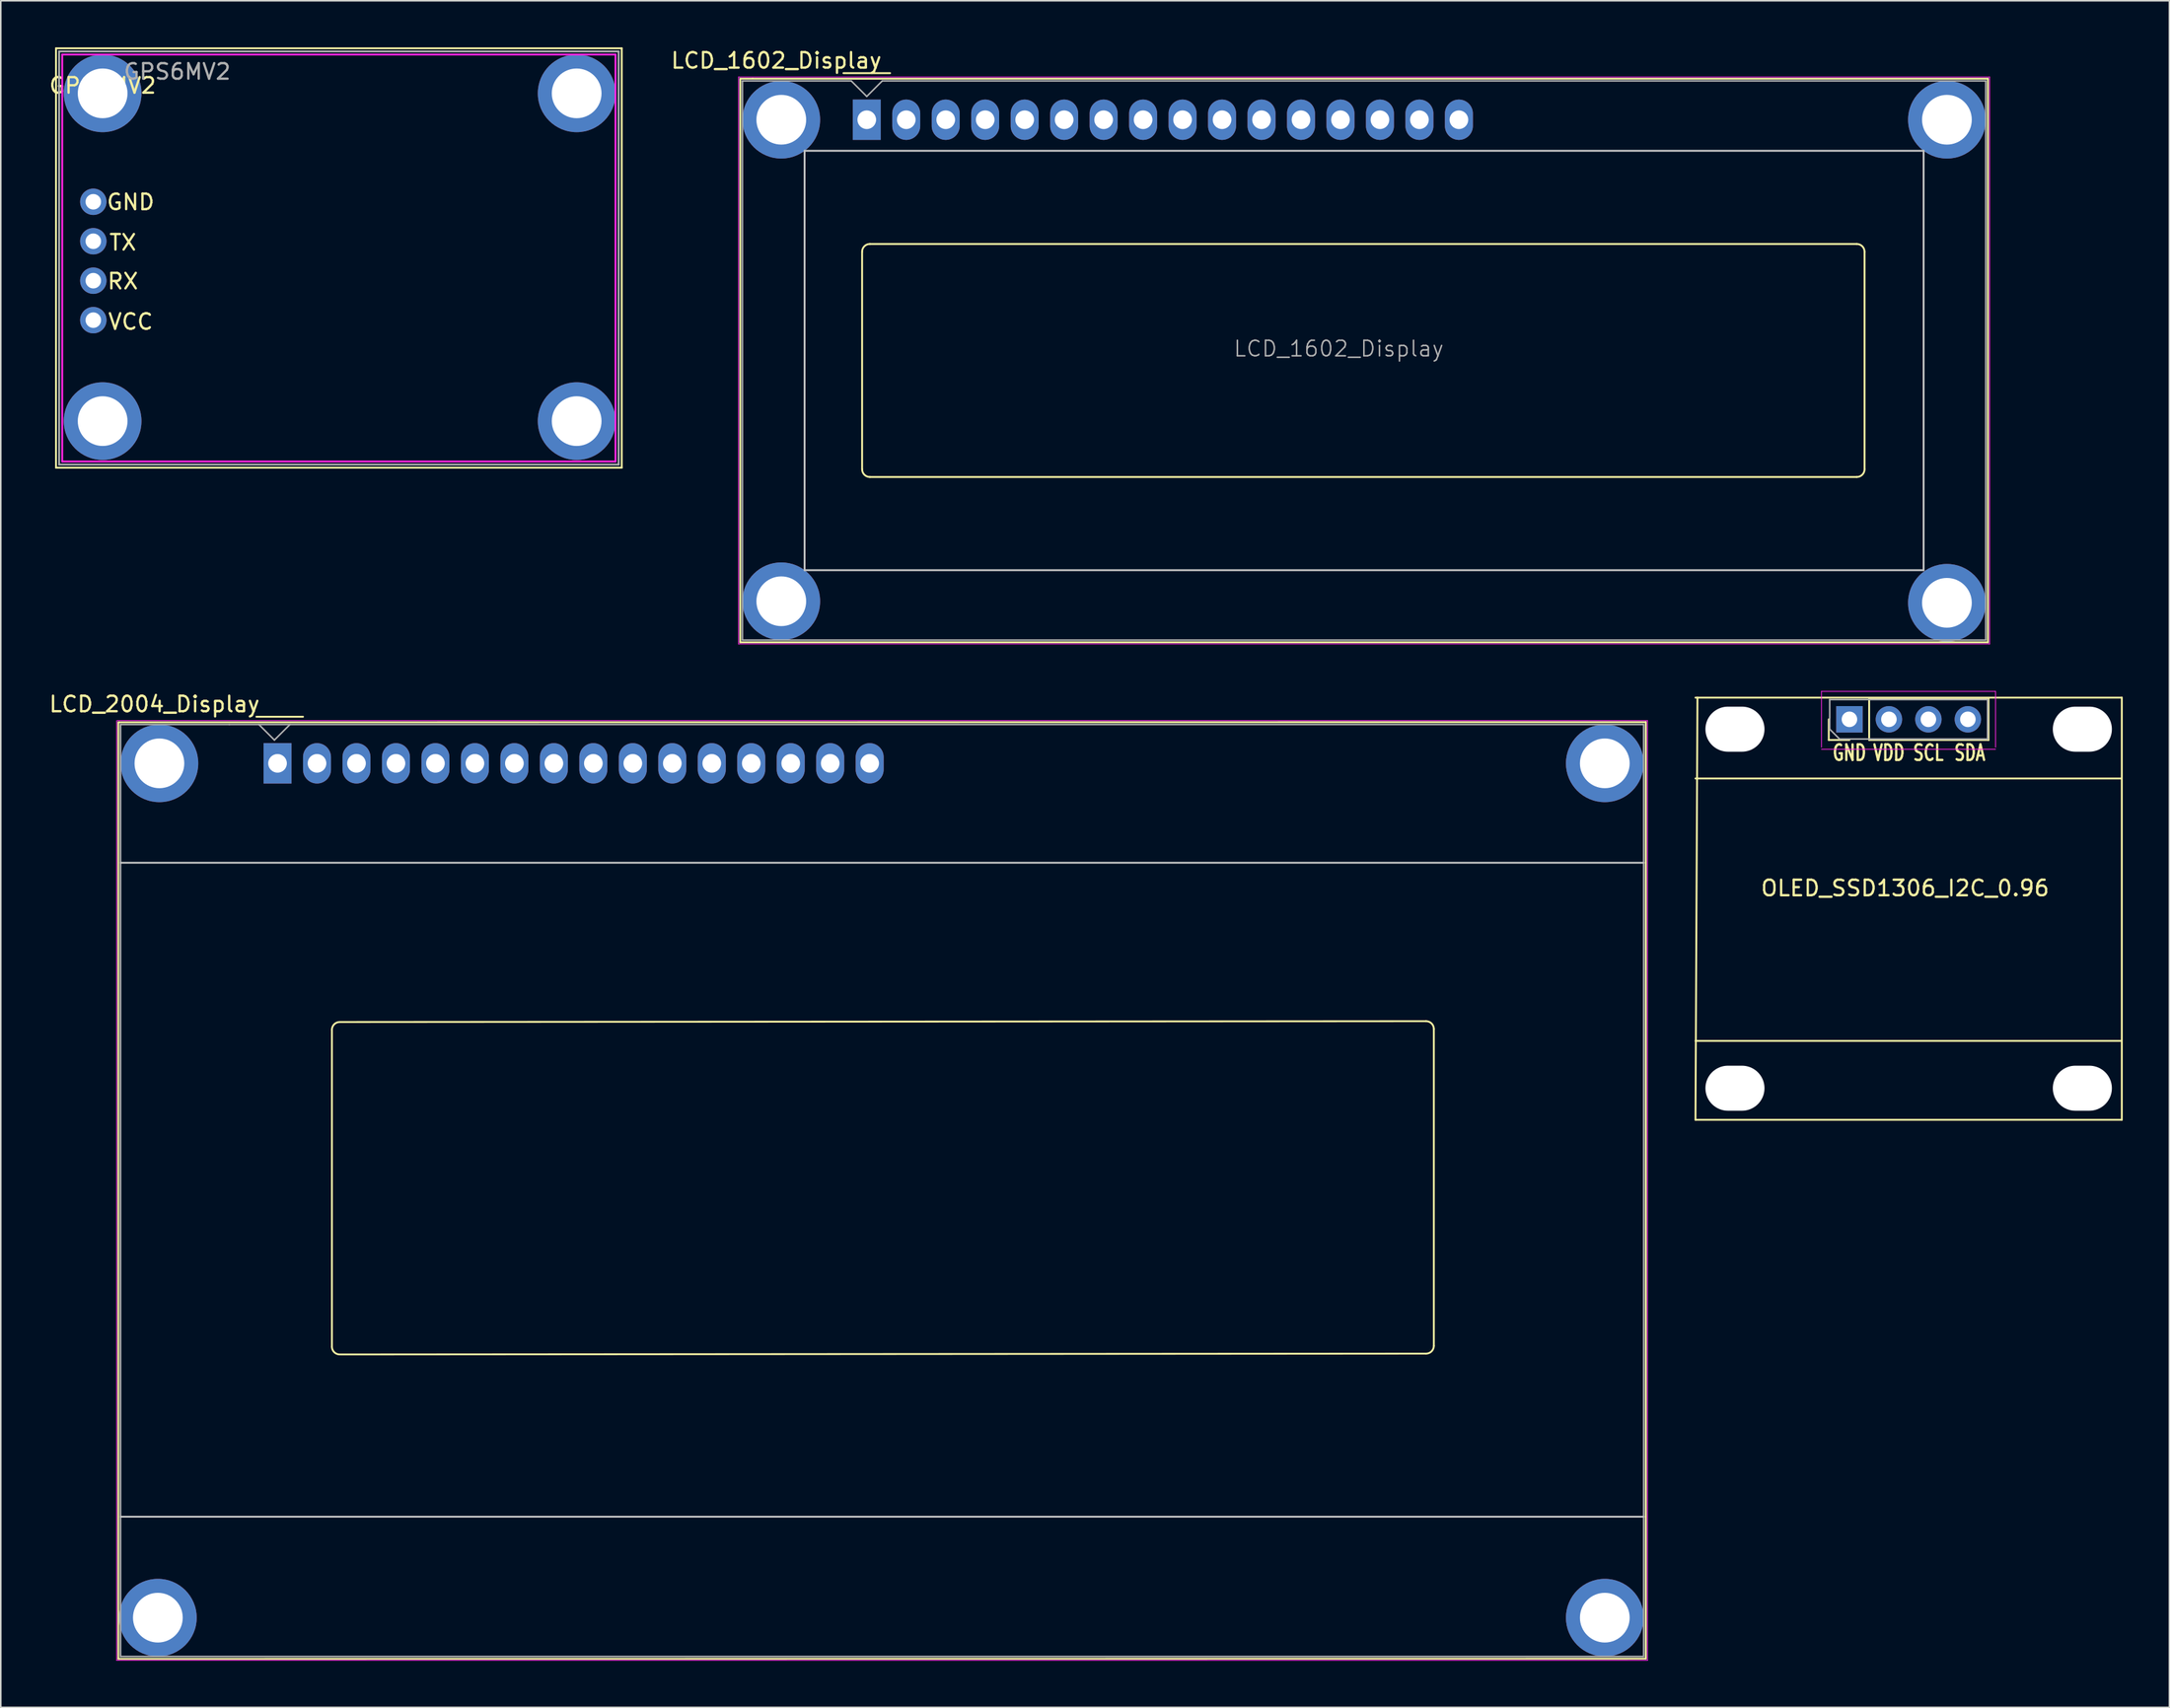
<source format=kicad_pcb>
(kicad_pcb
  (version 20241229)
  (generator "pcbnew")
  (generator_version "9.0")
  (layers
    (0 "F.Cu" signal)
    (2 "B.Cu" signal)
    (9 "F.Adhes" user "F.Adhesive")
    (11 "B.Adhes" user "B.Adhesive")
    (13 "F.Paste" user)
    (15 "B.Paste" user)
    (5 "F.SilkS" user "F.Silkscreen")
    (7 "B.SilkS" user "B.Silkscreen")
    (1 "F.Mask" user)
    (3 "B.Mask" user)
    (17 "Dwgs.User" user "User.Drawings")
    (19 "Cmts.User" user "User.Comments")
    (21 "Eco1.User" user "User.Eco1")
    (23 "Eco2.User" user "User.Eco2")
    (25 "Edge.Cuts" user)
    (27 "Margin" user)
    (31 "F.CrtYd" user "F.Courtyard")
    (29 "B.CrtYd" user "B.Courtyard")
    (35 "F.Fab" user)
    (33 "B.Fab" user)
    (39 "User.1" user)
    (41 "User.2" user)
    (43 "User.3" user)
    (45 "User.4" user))
  (footprint "LCD_1602_Display"
    (layer "F.Cu")
    (at 52.72 4.658)
    (property "Reference" "LCD_1602_Display" (at -5.82 -3.81 0) (layer "F.SilkS") (effects (font (size 1 1) (thickness 0.15))))
    (attr through_hole)
    (fp_line (start -8.14 -2.64) (end -8.14 33.64) (stroke (width 0.12) (type solid)) (layer "F.SilkS"))
    (fp_line (start -8.14 33.64) (end 72.14 33.64) (stroke (width 0.12) (type solid)) (layer "F.SilkS"))
    (fp_line (start -8.13 -2.64) (end -7.34 -2.64) (stroke (width 0.12) (type solid)) (layer "F.SilkS"))
    (fp_line (start -1.5 -3) (end 1.5 -3) (stroke (width 0.12) (type solid)) (layer "F.SilkS"))
    (fp_line (start -0.3 22.499) (end -0.3 8.5) (stroke (width 0.12) (type solid)) (layer "F.SilkS"))
    (fp_line (start 0.2 8) (end 63.7 8) (stroke (width 0.12) (type solid)) (layer "F.SilkS"))
    (fp_line (start 63.701 23) (end 0.2 23) (stroke (width 0.12) (type solid)) (layer "F.SilkS"))
    (fp_line (start 64.2 8.5) (end 64.2 22.5) (stroke (width 0.12) (type solid)) (layer "F.SilkS"))
    (fp_line (start 72.14 -2.64) (end -7.34 -2.64) (stroke (width 0.12) (type solid)) (layer "F.SilkS"))
    (fp_line (start 72.14 33.64) (end 72.14 -2.64) (stroke (width 0.12) (type solid)) (layer "F.SilkS"))
    (fp_arc (start -0.29972 8.49884) (mid -0.153162 8.145018) (end 0.20066 7.99846) (stroke (width 0.12) (type solid)) (layer "F.SilkS"))
    (fp_arc (start 0.20066 22.9997) (mid -0.153162 22.853142) (end -0.29972 22.49932) (stroke (width 0.12) (type solid)) (layer "F.SilkS"))
    (fp_arc (start 63.7 8) (mid 64.053553 8.146447) (end 64.2 8.5) (stroke (width 0.12) (type solid)) (layer "F.SilkS"))
    (fp_arc (start 64.20104 22.49932) (mid 64.054482 22.853142) (end 63.70066 22.9997) (stroke (width 0.12) (type solid)) (layer "F.SilkS"))
    (fp_line (start -4 2) (end 68 2) (stroke (width 0.12) (type solid)) (layer "Dwgs.User"))
    (fp_line (start -4 29) (end -4 2) (stroke (width 0.12) (type solid)) (layer "Dwgs.User"))
    (fp_line (start 68 2) (end 68 29) (stroke (width 0.12) (type solid)) (layer "Dwgs.User"))
    (fp_line (start 68 29) (end -4 29) (stroke (width 0.12) (type solid)) (layer "Dwgs.User"))
    (fp_line (start -8.25 -2.75) (end -8.25 33.75) (stroke (width 0.05) (type solid)) (layer "F.CrtYd"))
    (fp_line (start -8.25 -2.75) (end 72.25 -2.75) (stroke (width 0.05) (type solid)) (layer "F.CrtYd"))
    (fp_line (start -8.25 33.75) (end 72.25 33.75) (stroke (width 0.05) (type solid)) (layer "F.CrtYd"))
    (fp_line (start 72.25 -2.75) (end 72.25 33.75) (stroke (width 0.05) (type solid)) (layer "F.CrtYd"))
    (fp_line (start -8 33.5) (end -8 -2.5) (stroke (width 0.1) (type solid)) (layer "F.Fab"))
    (fp_line (start -1 -2.5) (end -8 -2.5) (stroke (width 0.1) (type solid)) (layer "F.Fab"))
    (fp_line (start 0 -1.5) (end -1 -2.5) (stroke (width 0.1) (type solid)) (layer "F.Fab"))
    (fp_line (start 1 -2.5) (end 0 -1.5) (stroke (width 0.1) (type solid)) (layer "F.Fab"))
    (fp_line (start 1 -2.5) (end 72 -2.5) (stroke (width 0.1) (type solid)) (layer "F.Fab"))
    (fp_line (start 72 -2.5) (end 72 33.5) (stroke (width 0.1) (type solid)) (layer "F.Fab"))
    (fp_line (start 72 33.5) (end -8 33.5) (stroke (width 0.1) (type solid)) (layer "F.Fab"))
    (fp_text user "${REFERENCE}" (at 30.37 14.74 0) (layer "F.Fab") (effects (font (size 1 1) (thickness 0.1))))
    (pad "" thru_hole circle (at -5.5 0) (size 5 5) (drill 3.2) (layers "*.Cu" "*.Mask"))
    (pad "" thru_hole circle (at -5.5 31) (size 5 5) (drill 3.2) (layers "*.Cu" "*.Mask"))
    (pad "" thru_hole circle (at 69.5 0) (size 5 5) (drill 3.2) (layers "*.Cu" "*.Mask"))
    (pad "" thru_hole circle (at 69.5 31.1) (size 5 5) (drill 3.2) (layers "*.Cu" "*.Mask"))
    (pad "1" thru_hole rect (at 0 0) (size 1.8 2.6) (drill 1.2) (layers "*.Cu" "*.Mask"))
    (pad "2" thru_hole oval (at 2.54 0) (size 1.8 2.6) (drill 1.2) (layers "*.Cu" "*.Mask"))
    (pad "3" thru_hole oval (at 5.08 0) (size 1.8 2.6) (drill 1.2) (layers "*.Cu" "*.Mask"))
    (pad "4" thru_hole oval (at 7.62 0) (size 1.8 2.6) (drill 1.2) (layers "*.Cu" "*.Mask"))
    (pad "5" thru_hole oval (at 10.16 0) (size 1.8 2.6) (drill 1.2) (layers "*.Cu" "*.Mask"))
    (pad "6" thru_hole oval (at 12.7 0) (size 1.8 2.6) (drill 1.2) (layers "*.Cu" "*.Mask"))
    (pad "7" thru_hole oval (at 15.24 0) (size 1.8 2.6) (drill 1.2) (layers "*.Cu" "*.Mask"))
    (pad "8" thru_hole oval (at 17.78 0) (size 1.8 2.6) (drill 1.2) (layers "*.Cu" "*.Mask"))
    (pad "9" thru_hole oval (at 20.32 0) (size 1.8 2.6) (drill 1.2) (layers "*.Cu" "*.Mask"))
    (pad "10" thru_hole oval (at 22.86 0) (size 1.8 2.6) (drill 1.2) (layers "*.Cu" "*.Mask"))
    (pad "11" thru_hole oval (at 25.4 0) (size 1.8 2.6) (drill 1.2) (layers "*.Cu" "*.Mask"))
    (pad "12" thru_hole oval (at 27.94 0) (size 1.8 2.6) (drill 1.2) (layers "*.Cu" "*.Mask"))
    (pad "13" thru_hole oval (at 30.48 0) (size 1.8 2.6) (drill 1.2) (layers "*.Cu" "*.Mask"))
    (pad "14" thru_hole oval (at 33.02 0) (size 1.8 2.6) (drill 1.2) (layers "*.Cu" "*.Mask"))
    (pad "15" thru_hole oval (at 35.56 0) (size 1.8 2.6) (drill 1.2) (layers "*.Cu" "*.Mask"))
    (pad "16" thru_hole oval (at 38.1 0) (size 1.8 2.6) (drill 1.2) (layers "*.Cu" "*.Mask")))
  (footprint "GPS6MV2"
    (layer "F.Cu")
    (at 3.554 2.96)
    (property "Reference" "GPS6MV2" (at 0 -0.5 0) (unlocked yes) (layer "F.SilkS") (effects (font (size 1 1) (thickness 0.15))))
    (attr smd)
    (fp_line (start -3 -2.9) (end 33.4 -2.9) (stroke (width 0.12) (type solid)) (layer "F.SilkS"))
    (fp_line (start -3 24.1) (end -3 -2.9) (stroke (width 0.12) (type solid)) (layer "F.SilkS"))
    (fp_line (start 33.4 -2.9) (end 33.4 24.1) (stroke (width 0.12) (type solid)) (layer "F.SilkS"))
    (fp_line (start 33.4 24.1) (end -3 24.1) (stroke (width 0.12) (type solid)) (layer "F.SilkS"))
    (fp_line (start -2.6 -2.5) (end 33 -2.5) (stroke (width 0.12) (type solid)) (layer "F.CrtYd"))
    (fp_line (start -2.6 23.7) (end -2.6 -2.5) (stroke (width 0.12) (type solid)) (layer "F.CrtYd"))
    (fp_line (start 33 -2.5) (end 33 23.7) (stroke (width 0.12) (type solid)) (layer "F.CrtYd"))
    (fp_line (start 33 23.7) (end -2.6 23.7) (stroke (width 0.12) (type solid)) (layer "F.CrtYd"))
    (fp_line (start -2.8 -2.7) (end 33.2 -2.7) (stroke (width 0.12) (type solid)) (layer "F.Fab"))
    (fp_line (start -2.8 23.9) (end -2.8 -2.7) (stroke (width 0.12) (type solid)) (layer "F.Fab"))
    (fp_line (start 33.2 -2.7) (end 33.2 23.9) (stroke (width 0.12) (type solid)) (layer "F.Fab"))
    (fp_line (start 33.2 23.9) (end -2.8 23.9) (stroke (width 0.12) (type solid)) (layer "F.Fab"))
    (fp_text user "RX" (at 1.3 12.1 0) (unlocked yes) (layer "F.SilkS") (effects (font (size 1 1) (thickness 0.15))))
    (fp_text user "VCC" (at 1.8 14.7 0) (unlocked yes) (layer "F.SilkS") (effects (font (size 1 1) (thickness 0.15))))
    (fp_text user "TX" (at 1.3 9.6 0) (unlocked yes) (layer "F.SilkS") (effects (font (size 1 1) (thickness 0.15))))
    (fp_text user "GND" (at 1.8 7 0) (unlocked yes) (layer "F.SilkS") (effects (font (size 1 1) (thickness 0.15))))
    (fp_text user "${REFERENCE}" (at 4.8 -1.4 0) (unlocked yes) (layer "F.Fab") (effects (font (size 1 1) (thickness 0.15))))
    (pad "" thru_hole circle (at 0 0) (size 5 5) (drill 3.2) (layers "*.Cu" "*.Mask"))
    (pad "" thru_hole circle (at 0 21.1) (size 5 5) (drill 3.2) (layers "*.Cu" "*.Mask"))
    (pad "" thru_hole circle (at 30.5 0) (size 5 5) (drill 3.2) (layers "*.Cu" "*.Mask"))
    (pad "" thru_hole circle (at 30.5 21.1) (size 5 5) (drill 3.2) (layers "*.Cu" "*.Mask"))
    (pad "1" thru_hole circle (at -0.6 6.98) (size 1.7 1.7) (drill 1) (layers "*.Cu" "*.Mask"))
    (pad "2" thru_hole oval (at -0.6 9.52) (size 1.7 1.7) (drill 1) (layers "*.Cu" "*.Mask"))
    (pad "3" thru_hole oval (at -0.6 12.06) (size 1.7 1.7) (drill 1) (layers "*.Cu" "*.Mask"))
    (pad "4" thru_hole oval (at -0.6 14.6) (size 1.7 1.7) (drill 1) (layers "*.Cu" "*.Mask")))
  (footprint "OLED_SSD1306_I2C_0.96"
    (layer "F.Cu")
    (at 119.758 43.258)
    (property "Reference" "OLED_SSD1306_I2C_0.96" (at -0.229 10.871 0) (layer "F.SilkS") (effects (font (size 1 1) (thickness 0.15))))
    (attr through_hole)
    (fp_line (start -13.716 -1.397) (end 13.716 -1.397) (stroke (width 0.12) (type solid)) (layer "F.SilkS"))
    (fp_line (start -13.716 3.81) (end 13.716 3.81) (stroke (width 0.12) (type solid)) (layer "F.SilkS"))
    (fp_line (start -13.716 20.701) (end 13.716 20.701) (stroke (width 0.12) (type solid)) (layer "F.SilkS"))
    (fp_line (start -13.716 25.781) (end -13.589 -1.397) (stroke (width 0.12) (type solid)) (layer "F.SilkS"))
    (fp_line (start -5.14 1.33) (end -5.14 0) (stroke (width 0.12) (type solid)) (layer "F.SilkS"))
    (fp_line (start -3.81 1.33) (end -5.14 1.33) (stroke (width 0.12) (type solid)) (layer "F.SilkS"))
    (fp_line (start -2.54 -1.33) (end 5.14 -1.33) (stroke (width 0.12) (type solid)) (layer "F.SilkS"))
    (fp_line (start -2.54 1.33) (end -2.54 -1.33) (stroke (width 0.12) (type solid)) (layer "F.SilkS"))
    (fp_line (start -2.54 1.33) (end 5.14 1.33) (stroke (width 0.12) (type solid)) (layer "F.SilkS"))
    (fp_line (start 5.14 1.33) (end 5.14 -1.33) (stroke (width 0.12) (type solid)) (layer "F.SilkS"))
    (fp_line (start 13.716 25.781) (end -13.716 25.781) (stroke (width 0.12) (type solid)) (layer "F.SilkS"))
    (fp_line (start 13.716 25.781) (end 13.716 -1.397) (stroke (width 0.12) (type solid)) (layer "F.SilkS"))
    (fp_line (start -5.61 -1.8) (end -5.61 1.8) (stroke (width 0.05) (type solid)) (layer "F.CrtYd"))
    (fp_line (start -5.61 1.927) (end 5.59 1.927) (stroke (width 0.05) (type solid)) (layer "F.CrtYd"))
    (fp_line (start 5.59 -1.8) (end -5.61 -1.8) (stroke (width 0.05) (type solid)) (layer "F.CrtYd"))
    (fp_line (start 5.59 1.8) (end 5.59 -1.8) (stroke (width 0.05) (type solid)) (layer "F.CrtYd"))
    (fp_line (start -5.08 -1.27) (end 5.08 -1.27) (stroke (width 0.1) (type solid)) (layer "F.Fab"))
    (fp_line (start -5.08 0.635) (end -5.08 -1.27) (stroke (width 0.1) (type solid)) (layer "F.Fab"))
    (fp_line (start -4.445 1.27) (end -5.08 0.635) (stroke (width 0.1) (type solid)) (layer "F.Fab"))
    (fp_line (start 5.08 -1.27) (end 5.08 1.27) (stroke (width 0.1) (type solid)) (layer "F.Fab"))
    (fp_line (start 5.08 1.27) (end -4.445 1.27) (stroke (width 0.1) (type solid)) (layer "F.Fab"))
    (fp_text user "VDD" (at -1.27 2.159 0) (layer "F.SilkS") (effects (font (size 1 0.7) (thickness 0.15))))
    (fp_text user "SCL" (at 1.27 2.159 0) (layer "F.SilkS") (effects (font (size 1 0.7) (thickness 0.15))))
    (fp_text user "SDA" (at 3.937 2.159 0) (layer "F.SilkS") (effects (font (size 1 0.7) (thickness 0.15))))
    (fp_text user "GND" (at -3.81 2.159 0) (layer "F.SilkS") (effects (font (size 1 0.7) (thickness 0.15))))
    (pad "" np_thru_hole oval (at -11.176 0.635) (size 3.8 2.9) (drill oval 3.8 2.9) (layers "*.Cu" "*.Mask"))
    (pad "" np_thru_hole oval (at -11.176 23.749) (size 3.8 2.9) (drill oval 3.8 2.9) (layers "*.Cu" "*.Mask"))
    (pad "" np_thru_hole oval (at 11.176 0.635) (size 3.8 2.9) (drill oval 3.8 2.9) (layers "*.Cu" "*.Mask"))
    (pad "" np_thru_hole oval (at 11.176 23.749) (size 3.8 2.9) (drill oval 3.8 2.9) (layers "*.Cu" "*.Mask"))
    (pad "1" thru_hole rect (at -3.81 0 90) (size 1.7 1.7) (drill 1) (layers "*.Cu" "*.Mask"))
    (pad "2" thru_hole oval (at -1.27 0 90) (size 1.7 1.7) (drill 1) (layers "*.Cu" "*.Mask"))
    (pad "3" thru_hole oval (at 1.27 0 90) (size 1.7 1.7) (drill 1) (layers "*.Cu" "*.Mask"))
    (pad "4" thru_hole oval (at 3.81 0 90) (size 1.7 1.7) (drill 1) (layers "*.Cu" "*.Mask")))
  (footprint "LCD_2004_Display"
    (layer "F.Cu")
    (at 12.707 46.092)
    (property "Reference" "LCD_2004_Display" (at -5.82 -3.81 0) (layer "F.SilkS") (effects (font (size 1 1) (thickness 0.15))))
    (attr through_hole)
    (fp_line (start -8.14 -2.64) (end -8.14 57.65) (stroke (width 0.12) (type solid)) (layer "F.SilkS"))
    (fp_line (start -8.13 -2.64) (end 90.14 -2.65) (stroke (width 0.12) (type solid)) (layer "F.SilkS"))
    (fp_line (start 0.74 -3) (end 3.74 -3) (stroke (width 0.12) (type solid)) (layer "F.SilkS"))
    (fp_line (start 5.6 37.553) (end 5.6 17.153) (stroke (width 0.12) (type solid)) (layer "F.SilkS"))
    (fp_line (start 6.154 16.653) (end 76 16.6) (stroke (width 0.12) (type solid)) (layer "F.SilkS"))
    (fp_line (start 76 38) (end 6.153 38.054) (stroke (width 0.12) (type solid)) (layer "F.SilkS"))
    (fp_line (start 76.5 17.1) (end 76.5 37.5) (stroke (width 0.12) (type solid)) (layer "F.SilkS"))
    (fp_line (start 90.13 57.64) (end -8.14 57.65) (stroke (width 0.12) (type solid)) (layer "F.SilkS"))
    (fp_line (start 90.14 57.64) (end 90.14 -2.65) (stroke (width 0.12) (type solid)) (layer "F.SilkS"))
    (fp_arc (start 5.6 17.153442) (mid 5.746558 16.79962) (end 6.10038 16.653062) (stroke (width 0.12) (type solid)) (layer "F.SilkS"))
    (fp_arc (start 6.10038 38.053822) (mid 5.746558 37.907264) (end 5.6 37.553442) (stroke (width 0.12) (type solid)) (layer "F.SilkS"))
    (fp_arc (start 76 16.59962) (mid 76.353822 16.746178) (end 76.50038 17.1) (stroke (width 0.12) (type solid)) (layer "F.SilkS"))
    (fp_arc (start 76.5 37.5) (mid 76.353442 37.853822) (end 75.99962 38.00038) (stroke (width 0.12) (type solid)) (layer "F.SilkS"))
    (fp_line (start -8 6.4) (end 90 6.4) (stroke (width 0.12) (type solid)) (layer "Dwgs.User"))
    (fp_line (start -8 48.5) (end 90 48.5) (stroke (width 0.12) (type solid)) (layer "Dwgs.User"))
    (fp_line (start -8.25 -2.75) (end -8.25 57.75) (stroke (width 0.05) (type solid)) (layer "F.CrtYd"))
    (fp_line (start -8.2 -2.75) (end 90.25 -2.75) (stroke (width 0.05) (type solid)) (layer "F.CrtYd"))
    (fp_line (start 90.25 57.75) (end -8.25 57.75) (stroke (width 0.05) (type solid)) (layer "F.CrtYd"))
    (fp_line (start 90.25 57.75) (end 90.25 -2.75) (stroke (width 0.05) (type solid)) (layer "F.CrtYd"))
    (fp_line (start -8 57.5) (end -8 -2.5) (stroke (width 0.1) (type solid)) (layer "F.Fab"))
    (fp_line (start -1 -2.5) (end -8 -2.5) (stroke (width 0.1) (type solid)) (layer "F.Fab"))
    (fp_line (start -1 -2.5) (end 90 -2.5) (stroke (width 0.1) (type solid)) (layer "F.Fab"))
    (fp_line (start 1.9 -1.5) (end 0.9 -2.5) (stroke (width 0.1) (type solid)) (layer "F.Fab"))
    (fp_line (start 2.9 -2.5) (end 1.9 -1.5) (stroke (width 0.1) (type solid)) (layer "F.Fab"))
    (fp_line (start 90 -2.5) (end 90 57.5) (stroke (width 0.1) (type solid)) (layer "F.Fab"))
    (fp_line (start 90 57.5) (end -8 57.5) (stroke (width 0.1) (type solid)) (layer "F.Fab"))
    (pad "" thru_hole circle (at -5.6 55) (size 5 5) (drill 3.2) (layers "*.Cu" "*.Mask"))
    (pad "" thru_hole circle (at -5.5 0) (size 5 5) (drill 3.2) (layers "*.Cu" "*.Mask"))
    (pad "" thru_hole circle (at 87.5 0) (size 5 5) (drill 3.2) (layers "*.Cu" "*.Mask"))
    (pad "" thru_hole circle (at 87.5 55) (size 5 5) (drill 3.2) (layers "*.Cu" "*.Mask"))
    (pad "1" thru_hole rect (at 2.1 0) (size 1.8 2.6) (drill 1.2) (layers "*.Cu" "*.Mask"))
    (pad "2" thru_hole oval (at 4.64 0) (size 1.8 2.6) (drill 1.2) (layers "*.Cu" "*.Mask"))
    (pad "3" thru_hole oval (at 7.18 0) (size 1.8 2.6) (drill 1.2) (layers "*.Cu" "*.Mask"))
    (pad "4" thru_hole oval (at 9.72 0) (size 1.8 2.6) (drill 1.2) (layers "*.Cu" "*.Mask"))
    (pad "5" thru_hole oval (at 12.26 0) (size 1.8 2.6) (drill 1.2) (layers "*.Cu" "*.Mask"))
    (pad "6" thru_hole oval (at 14.8 0) (size 1.8 2.6) (drill 1.2) (layers "*.Cu" "*.Mask"))
    (pad "7" thru_hole oval (at 17.34 0) (size 1.8 2.6) (drill 1.2) (layers "*.Cu" "*.Mask"))
    (pad "8" thru_hole oval (at 19.88 0) (size 1.8 2.6) (drill 1.2) (layers "*.Cu" "*.Mask"))
    (pad "9" thru_hole oval (at 22.42 0) (size 1.8 2.6) (drill 1.2) (layers "*.Cu" "*.Mask"))
    (pad "10" thru_hole oval (at 24.96 0) (size 1.8 2.6) (drill 1.2) (layers "*.Cu" "*.Mask"))
    (pad "11" thru_hole oval (at 27.5 0) (size 1.8 2.6) (drill 1.2) (layers "*.Cu" "*.Mask"))
    (pad "12" thru_hole oval (at 30.04 0) (size 1.8 2.6) (drill 1.2) (layers "*.Cu" "*.Mask"))
    (pad "13" thru_hole oval (at 32.58 0) (size 1.8 2.6) (drill 1.2) (layers "*.Cu" "*.Mask"))
    (pad "14" thru_hole oval (at 35.12 0) (size 1.8 2.6) (drill 1.2) (layers "*.Cu" "*.Mask"))
    (pad "15" thru_hole oval (at 37.66 0) (size 1.8 2.6) (drill 1.2) (layers "*.Cu" "*.Mask"))
    (pad "16" thru_hole oval (at 40.2 0) (size 1.8 2.6) (drill 1.2) (layers "*.Cu" "*.Mask")))
  (gr_rect
    (start -3 -3)
    (end 136.534 106.867)
    (stroke (width 0.1) (type default))
    (fill no)
    (layer "Edge.Cuts")))
</source>
